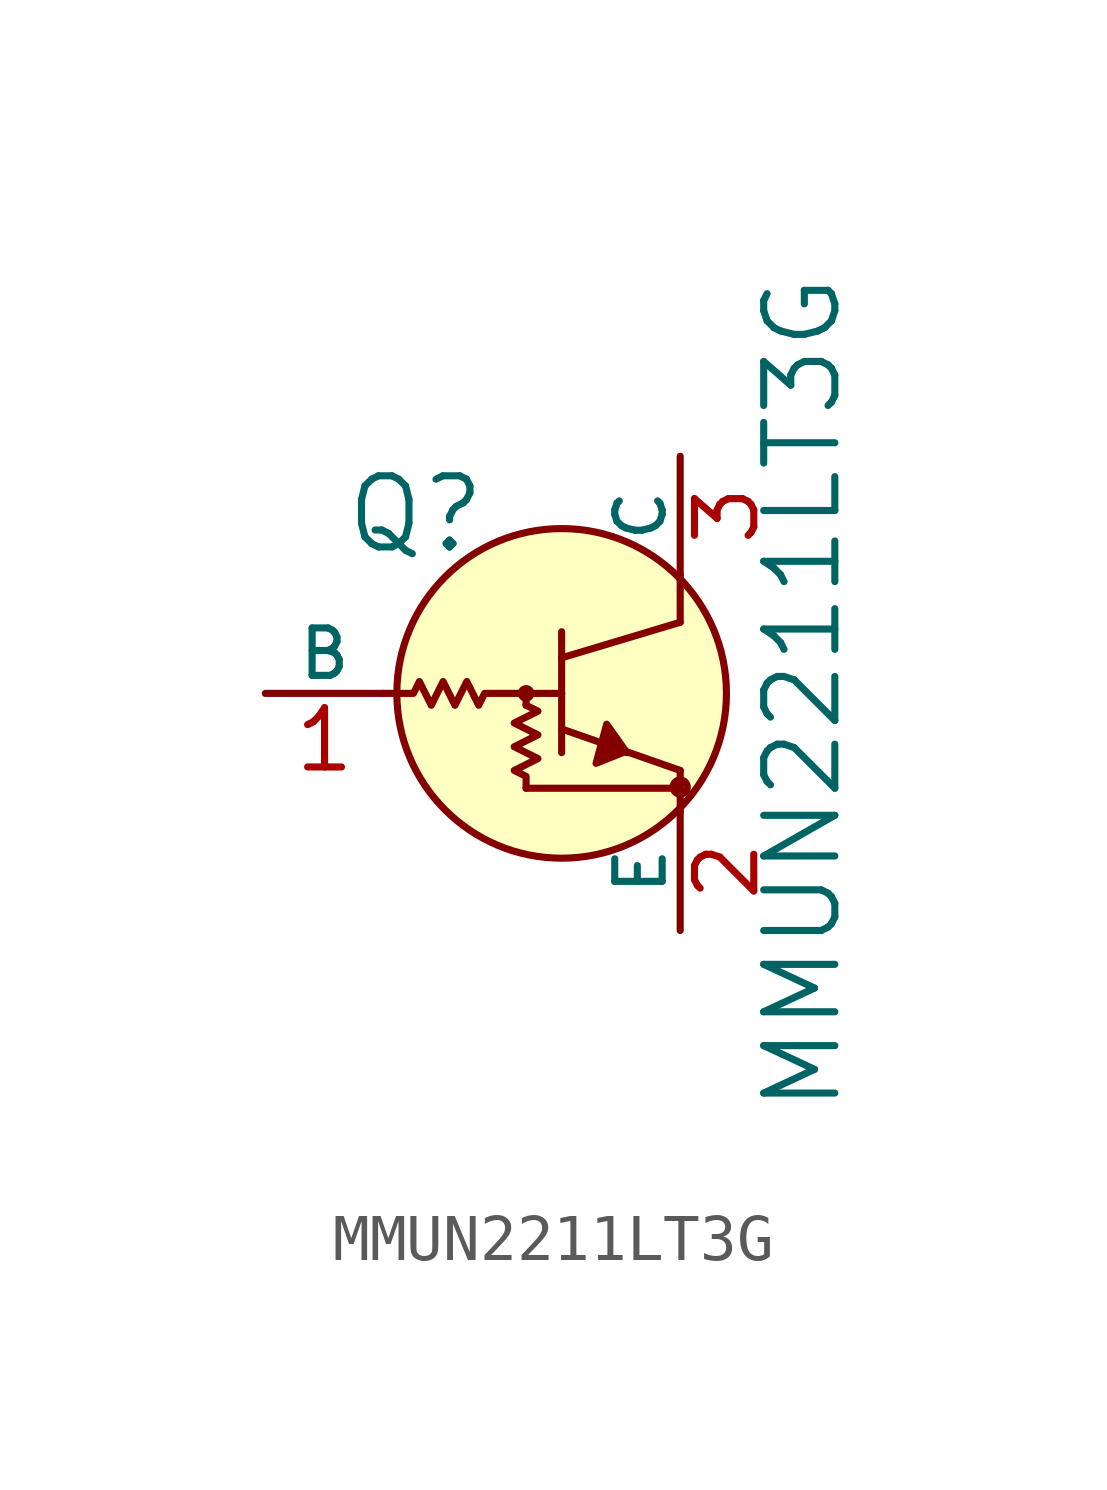
<source format=kicad_sym>
(kicad_symbol_lib
  (version 20220914)
  (generator kicad_symbol_editor)
  (symbol "MMUN2211LT3G"
    (pin_names
      (offset 0))
    (property "Reference" "Q"
      (at -4.115 3.835 0)
      (effects (font (size 1.524 1.524)) (justify right)))
    (property "Value" "MMUN2211LT3G"
      (at 2.616 0 90)
      (effects (font (size 1.524 1.524))))
    (symbol "MMUN2211LT3G_0_1"
      (circle (center -3.302 0) (radius 0.102) (stroke (width 0) (type solid)) (fill (type none)))
      (circle (center -2.54 0) (radius 3.531) (stroke (width 0) (type solid)) (fill (type background)))
      (circle (center 0 -2.007) (radius 0.076) (stroke (width 0) (type solid)) (fill (type none)))
      (polyline (pts (xy -3.302 -2.032) (xy 0 -2.032)) (stroke (width 0) (type solid)) (fill (type none)))
      (polyline (pts (xy -3.302 0) (xy -3.302 -0.254)) (stroke (width 0) (type solid)) (fill (type none)))
      (polyline (pts (xy -2.54 -0.762) (xy 0 -1.651)) (stroke (width 0) (type solid)) (fill (type none)))
      (polyline (pts (xy -2.54 0) (xy -2.54 -1.27)) (stroke (width 0) (type solid)) (fill (type none)))
      (polyline (pts (xy -2.54 0) (xy -2.54 1.321)) (stroke (width 0) (type solid)) (fill (type none)))
      (polyline (pts (xy -2.54 0.762) (xy 0 1.524)) (stroke (width 0) (type solid)) (fill (type none)))
      (polyline (pts (xy 0 -2.54) (xy 0 -1.651)) (stroke (width 0) (type solid)) (fill (type none)))
      (polyline (pts (xy 0 2.54) (xy 0 1.524)) (stroke (width 0) (type solid)) (fill (type none)))
      (polyline (pts (xy -1.143 -1.27) (xy -1.575 -0.66) (xy -1.803 -1.499) (xy -1.168 -1.245)) (stroke (width 0) (type solid)) (fill (type outline)))
      (polyline (pts (xy -3.302 -0.254) (xy -3.048 -0.381) (xy -3.556 -0.635) (xy -3.048 -0.889) (xy -3.556 -1.143) (xy -3.048 -1.397) (xy -3.556 -1.651) (xy -3.302 -1.778) (xy -3.302 -2.032)) (stroke (width 0) (type solid)) (fill (type none)))
      (polyline (pts (xy -6.35 0) (xy -5.715 0) (xy -5.588 0.254) (xy -5.334 -0.254) (xy -5.08 0.254) (xy -4.826 -0.254) (xy -4.572 0.254) (xy -4.318 -0.254) (xy -4.191 0) (xy -2.54 0)) (stroke (width 0) (type solid)) (fill (type none))))
    (symbol "MMUN2211LT3G_1_1"
      (pin input line (at -8.89 0 0) (length 2.54) (name "B" (effects (font (size 1.016 1.016)))) (number "1" (effects (font (size 1.27 1.27)))))
      (pin passive line (at 0 -5.08 90) (length 2.54) (name "E" (effects (font (size 1.016 1.016)))) (number "2" (effects (font (size 1.27 1.27)))))
      (pin passive line (at 0 5.08 270) (length 2.54) (name "C" (effects (font (size 1.016 1.016)))) (number "3" (effects (font (size 1.27 1.27))))))))
</source>
